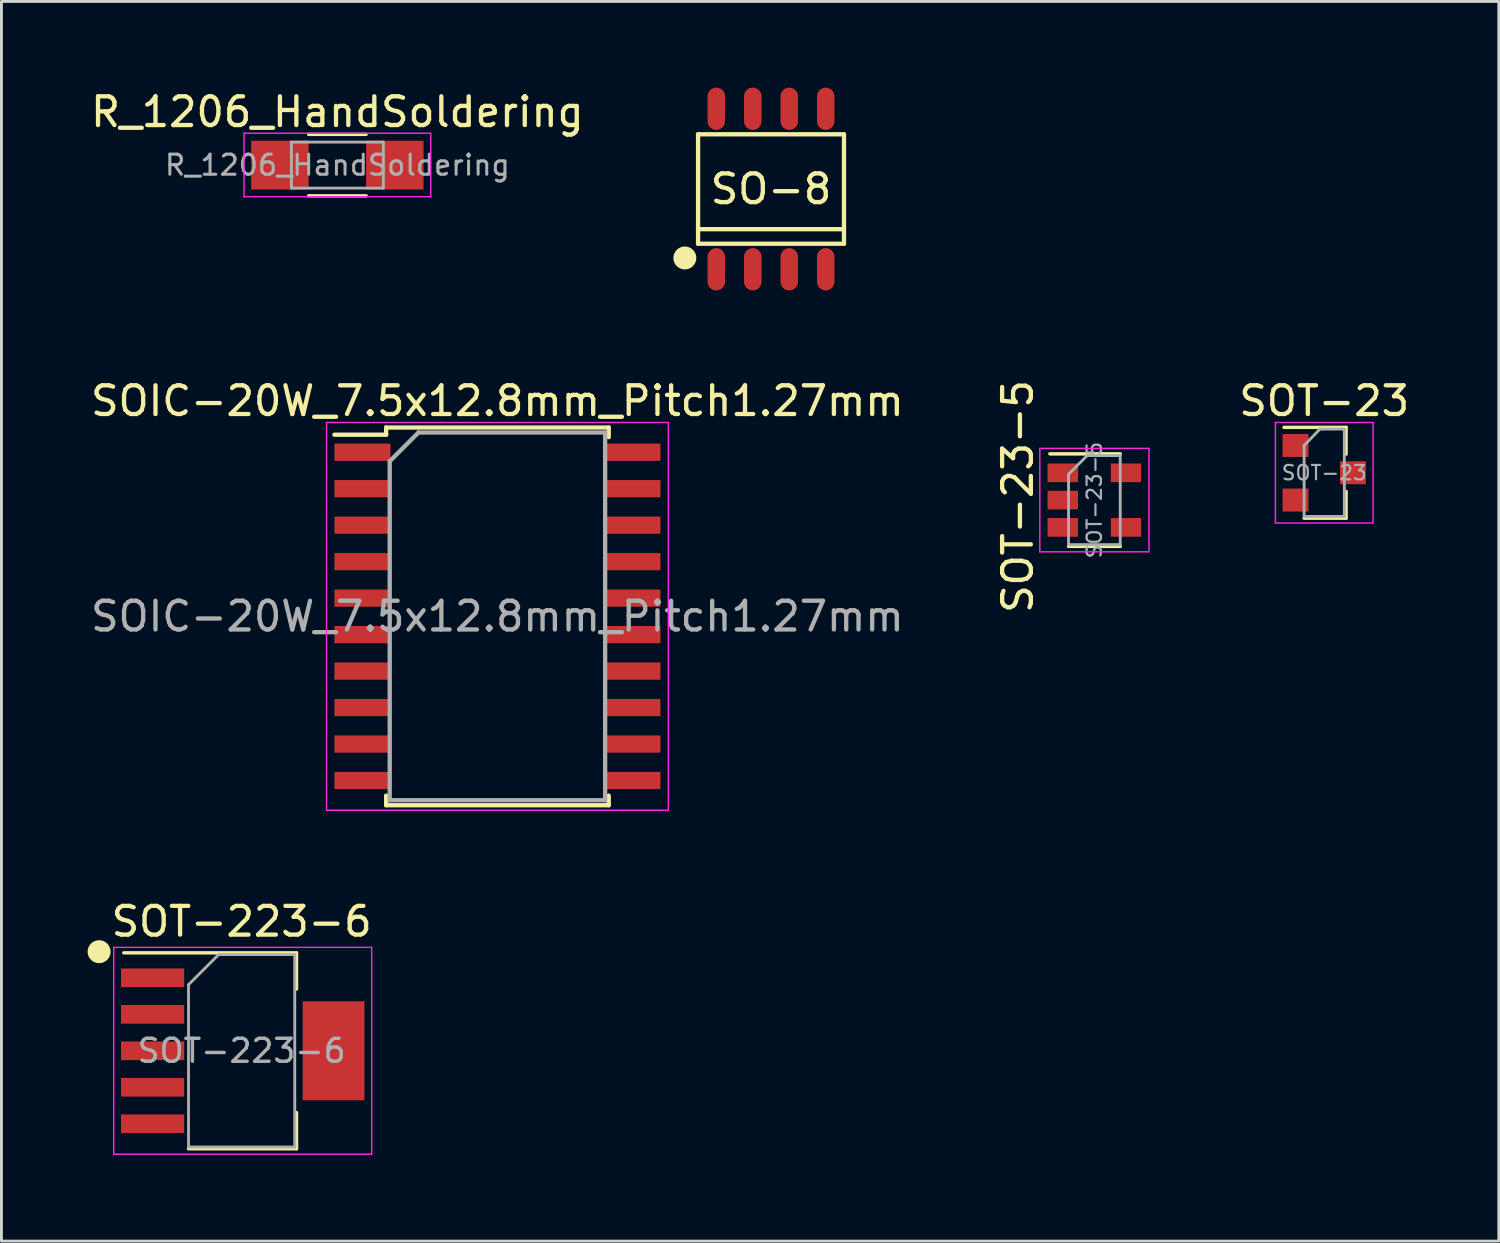
<source format=kicad_pcb>
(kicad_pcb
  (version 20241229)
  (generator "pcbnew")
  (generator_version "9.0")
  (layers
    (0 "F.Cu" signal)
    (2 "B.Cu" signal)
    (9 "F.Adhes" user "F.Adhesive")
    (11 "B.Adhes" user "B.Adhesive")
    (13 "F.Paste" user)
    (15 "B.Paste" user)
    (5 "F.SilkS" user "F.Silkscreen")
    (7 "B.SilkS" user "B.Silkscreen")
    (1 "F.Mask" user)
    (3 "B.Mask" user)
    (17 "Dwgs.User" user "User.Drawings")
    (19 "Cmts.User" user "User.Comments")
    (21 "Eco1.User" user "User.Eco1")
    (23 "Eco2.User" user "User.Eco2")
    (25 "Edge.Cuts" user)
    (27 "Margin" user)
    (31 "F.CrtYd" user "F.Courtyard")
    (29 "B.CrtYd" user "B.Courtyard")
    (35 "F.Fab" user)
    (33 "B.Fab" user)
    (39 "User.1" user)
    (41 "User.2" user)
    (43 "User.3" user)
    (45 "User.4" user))
  (footprint "R_1206_HandSoldering"
    (layer "F.Cu")
    (at 8.696 2.698)
    (property "Reference" "R_1206_HandSoldering" (at 0 -1.85 0) (layer "F.SilkS") (effects (font (size 1 1) (thickness 0.15))))
    (attr smd)
    (fp_line (start -1 -1.07) (end 1 -1.07) (stroke (width 0.12) (type solid)) (layer "F.SilkS"))
    (fp_line (start 1 1.07) (end -1 1.07) (stroke (width 0.12) (type solid)) (layer "F.SilkS"))
    (fp_line (start -3.25 -1.11) (end -3.25 1.1) (stroke (width 0.05) (type solid)) (layer "F.CrtYd"))
    (fp_line (start -3.25 -1.11) (end 3.25 -1.11) (stroke (width 0.05) (type solid)) (layer "F.CrtYd"))
    (fp_line (start 3.25 1.1) (end -3.25 1.1) (stroke (width 0.05) (type solid)) (layer "F.CrtYd"))
    (fp_line (start 3.25 1.1) (end 3.25 -1.11) (stroke (width 0.05) (type solid)) (layer "F.CrtYd"))
    (fp_line (start -1.6 -0.8) (end 1.6 -0.8) (stroke (width 0.1) (type solid)) (layer "F.Fab"))
    (fp_line (start -1.6 0.8) (end -1.6 -0.8) (stroke (width 0.1) (type solid)) (layer "F.Fab"))
    (fp_line (start 1.6 -0.8) (end 1.6 0.8) (stroke (width 0.1) (type solid)) (layer "F.Fab"))
    (fp_line (start 1.6 0.8) (end -1.6 0.8) (stroke (width 0.1) (type solid)) (layer "F.Fab"))
    (fp_text user "${REFERENCE}" (at 0 0 0) (layer "F.Fab") (effects (font (size 0.7 0.7) (thickness 0.105))))
    (pad "1" smd rect (at -2 0) (size 2 1.7) (layers "F.Cu" "F.Mask" "F.Paste"))
    (pad "2" smd rect (at 2 0) (size 2 1.7) (layers "F.Cu" "F.Mask" "F.Paste")))
  (footprint "SO-8"
    (layer "F.Cu")
    (at 23.793 3.531)
    (property "Reference" "SO-8" (at 0 0 0) (layer "F.SilkS") (effects (font (size 1 1) (thickness 0.15))))
    (attr through_hole)
    (fp_line (start -2.54 -1.905) (end 2.54 -1.905) (stroke (width 0.15) (type solid)) (layer "F.SilkS"))
    (fp_line (start -2.54 1.397) (end 2.54 1.397) (stroke (width 0.15) (type solid)) (layer "F.SilkS"))
    (fp_line (start -2.54 1.905) (end -2.54 -1.905) (stroke (width 0.15) (type solid)) (layer "F.SilkS"))
    (fp_line (start -2.54 1.905) (end 2.54 1.905) (stroke (width 0.15) (type solid)) (layer "F.SilkS"))
    (fp_line (start 2.54 1.905) (end 2.54 -1.905) (stroke (width 0.15) (type solid)) (layer "F.SilkS"))
    (fp_circle (center -3 2.4) (end -2.8 2.4) (stroke (width 0.4) (type solid)) (fill no) (layer "F.SilkS"))
    (pad "1" smd oval (at -1.905 2.794) (size 0.61 1.473) (layers "F.Cu" "F.Mask" "F.Paste"))
    (pad "2" smd oval (at -0.635 2.794) (size 0.61 1.473) (layers "F.Cu" "F.Mask" "F.Paste"))
    (pad "3" smd oval (at 0.635 2.794) (size 0.61 1.473) (layers "F.Cu" "F.Mask" "F.Paste"))
    (pad "4" smd oval (at 1.905 2.794) (size 0.61 1.473) (layers "F.Cu" "F.Mask" "F.Paste"))
    (pad "5" smd oval (at 1.905 -2.794) (size 0.61 1.473) (layers "F.Cu" "F.Mask" "F.Paste"))
    (pad "6" smd oval (at 0.635 -2.794) (size 0.61 1.473) (layers "F.Cu" "F.Mask" "F.Paste"))
    (pad "7" smd oval (at -0.635 -2.794) (size 0.61 1.473) (layers "F.Cu" "F.Mask" "F.Paste"))
    (pad "8" smd oval (at -1.905 -2.794) (size 0.61 1.473) (layers "F.Cu" "F.Mask" "F.Paste")))
  (footprint "SOT-223-6"
    (layer "F.Cu")
    (at 5.4 33.533)
    (property "Reference" "SOT-223-6" (at -0.037 -4.5 0) (layer "F.SilkS") (effects (font (size 1 1) (thickness 0.15))))
    (attr smd)
    (fp_line (start -4.138 -3.41) (end 1.873 -3.41) (stroke (width 0.12) (type solid)) (layer "F.SilkS"))
    (fp_line (start -1.887 3.41) (end 1.873 3.41) (stroke (width 0.12) (type solid)) (layer "F.SilkS"))
    (fp_line (start 1.873 -3.41) (end 1.873 -2.15) (stroke (width 0.12) (type solid)) (layer "F.SilkS"))
    (fp_line (start 1.873 3.41) (end 1.873 2.15) (stroke (width 0.12) (type solid)) (layer "F.SilkS"))
    (fp_circle (center -5 -3.45) (end -5 -3.25) (stroke (width 0.4) (type solid)) (fill no) (layer "F.SilkS"))
    (fp_line (start -4.49 -3.6) (end -4.49 3.6) (stroke (width 0.05) (type solid)) (layer "F.CrtYd"))
    (fp_line (start -4.49 -3.6) (end 4.49 -3.6) (stroke (width 0.05) (type solid)) (layer "F.CrtYd"))
    (fp_line (start 4.49 3.6) (end -4.49 3.6) (stroke (width 0.05) (type solid)) (layer "F.CrtYd"))
    (fp_line (start 4.49 3.6) (end 4.49 -3.6) (stroke (width 0.05) (type solid)) (layer "F.CrtYd"))
    (fp_line (start -1.887 -2.3) (end -1.887 3.35) (stroke (width 0.1) (type solid)) (layer "F.Fab"))
    (fp_line (start -1.887 -2.3) (end -0.838 -3.35) (stroke (width 0.1) (type solid)) (layer "F.Fab"))
    (fp_line (start -1.887 3.35) (end 1.812 3.35) (stroke (width 0.1) (type solid)) (layer "F.Fab"))
    (fp_line (start -0.838 -3.35) (end 1.812 -3.35) (stroke (width 0.1) (type solid)) (layer "F.Fab"))
    (fp_line (start 1.812 -3.35) (end 1.812 3.35) (stroke (width 0.1) (type solid)) (layer "F.Fab"))
    (fp_text user "${REFERENCE}" (at -0.037 0 0) (layer "F.Fab") (effects (font (size 0.8 0.8) (thickness 0.12))))
    (pad "1" smd rect (at -3.138 -2.54) (size 2.2 0.65) (layers "F.Cu" "F.Mask" "F.Paste"))
    (pad "2" smd rect (at -3.138 -1.27) (size 2.2 0.65) (layers "F.Cu" "F.Mask" "F.Paste"))
    (pad "3" smd rect (at -3.138 0) (size 2.2 0.65) (layers "F.Cu" "F.Mask" "F.Paste"))
    (pad "4" smd rect (at -3.138 1.27) (size 2.2 0.65) (layers "F.Cu" "F.Mask" "F.Paste"))
    (pad "5" smd rect (at -3.138 2.54) (size 2.2 0.65) (layers "F.Cu" "F.Mask" "F.Paste"))
    (pad "6" smd rect (at 3.163 0) (size 2.15 3.45) (layers "F.Cu" "F.Mask" "F.Paste")))
  (footprint "SOT-23-5"
    (layer "F.Cu")
    (at 35.051 14.361)
    (property "Reference" "SOT-23-5" (at -2.667 -0.127 90) (layer "F.SilkS") (effects (font (size 1 1) (thickness 0.15))))
    (attr smd)
    (fp_line (start -0.9 1.61) (end 0.9 1.61) (stroke (width 0.12) (type solid)) (layer "F.SilkS"))
    (fp_line (start 0.9 -1.61) (end -1.55 -1.61) (stroke (width 0.12) (type solid)) (layer "F.SilkS"))
    (fp_line (start -1.9 -1.8) (end 1.9 -1.8) (stroke (width 0.05) (type solid)) (layer "F.CrtYd"))
    (fp_line (start -1.9 1.8) (end -1.9 -1.8) (stroke (width 0.05) (type solid)) (layer "F.CrtYd"))
    (fp_line (start 1.9 -1.8) (end 1.9 1.8) (stroke (width 0.05) (type solid)) (layer "F.CrtYd"))
    (fp_line (start 1.9 1.8) (end -1.9 1.8) (stroke (width 0.05) (type solid)) (layer "F.CrtYd"))
    (fp_line (start -0.9 -0.9) (end -0.9 1.55) (stroke (width 0.1) (type solid)) (layer "F.Fab"))
    (fp_line (start -0.9 -0.9) (end -0.25 -1.55) (stroke (width 0.1) (type solid)) (layer "F.Fab"))
    (fp_line (start 0.9 -1.55) (end -0.25 -1.55) (stroke (width 0.1) (type solid)) (layer "F.Fab"))
    (fp_line (start 0.9 -1.55) (end 0.9 1.55) (stroke (width 0.1) (type solid)) (layer "F.Fab"))
    (fp_line (start 0.9 1.55) (end -0.9 1.55) (stroke (width 0.1) (type solid)) (layer "F.Fab"))
    (fp_text user "${REFERENCE}" (at 0 0 90) (layer "F.Fab") (effects (font (size 0.5 0.5) (thickness 0.075))))
    (pad "1" smd rect (at -1.1 -0.95) (size 1.06 0.65) (layers "F.Cu" "F.Mask" "F.Paste"))
    (pad "2" smd rect (at -1.1 0) (size 1.06 0.65) (layers "F.Cu" "F.Mask" "F.Paste"))
    (pad "3" smd rect (at -1.1 0.95) (size 1.06 0.65) (layers "F.Cu" "F.Mask" "F.Paste"))
    (pad "4" smd rect (at 1.1 0.95) (size 1.06 0.65) (layers "F.Cu" "F.Mask" "F.Paste"))
    (pad "5" smd rect (at 1.1 -0.95) (size 1.06 0.65) (layers "F.Cu" "F.Mask" "F.Paste")))
  (footprint "SOT-23"
    (layer "F.Cu")
    (at 43.053 13.409)
    (property "Reference" "SOT-23" (at 0 -2.5 0) (layer "F.SilkS") (effects (font (size 1 1) (thickness 0.15))))
    (attr smd)
    (fp_line (start 0.76 -1.58) (end -1.4 -1.58) (stroke (width 0.12) (type solid)) (layer "F.SilkS"))
    (fp_line (start 0.76 -1.58) (end 0.76 -0.65) (stroke (width 0.12) (type solid)) (layer "F.SilkS"))
    (fp_line (start 0.76 1.58) (end -0.7 1.58) (stroke (width 0.12) (type solid)) (layer "F.SilkS"))
    (fp_line (start 0.76 1.58) (end 0.76 0.65) (stroke (width 0.12) (type solid)) (layer "F.SilkS"))
    (fp_line (start -1.7 -1.75) (end 1.7 -1.75) (stroke (width 0.05) (type solid)) (layer "F.CrtYd"))
    (fp_line (start -1.7 1.75) (end -1.7 -1.75) (stroke (width 0.05) (type solid)) (layer "F.CrtYd"))
    (fp_line (start 1.7 -1.75) (end 1.7 1.75) (stroke (width 0.05) (type solid)) (layer "F.CrtYd"))
    (fp_line (start 1.7 1.75) (end -1.7 1.75) (stroke (width 0.05) (type solid)) (layer "F.CrtYd"))
    (fp_line (start -0.7 -0.95) (end -0.7 1.5) (stroke (width 0.1) (type solid)) (layer "F.Fab"))
    (fp_line (start -0.7 -0.95) (end -0.15 -1.52) (stroke (width 0.1) (type solid)) (layer "F.Fab"))
    (fp_line (start -0.7 1.52) (end 0.7 1.52) (stroke (width 0.1) (type solid)) (layer "F.Fab"))
    (fp_line (start -0.15 -1.52) (end 0.7 -1.52) (stroke (width 0.1) (type solid)) (layer "F.Fab"))
    (fp_line (start 0.7 -1.52) (end 0.7 1.52) (stroke (width 0.1) (type solid)) (layer "F.Fab"))
    (fp_text user "${REFERENCE}" (at 0 0 0) (layer "F.Fab") (effects (font (size 0.5 0.5) (thickness 0.075))))
    (pad "1" smd rect (at -1 -0.95) (size 0.9 0.8) (layers "F.Cu" "F.Mask" "F.Paste"))
    (pad "2" smd rect (at -1 0.95) (size 0.9 0.8) (layers "F.Cu" "F.Mask" "F.Paste"))
    (pad "3" smd rect (at 1 0) (size 0.9 0.8) (layers "F.Cu" "F.Mask" "F.Paste")))
  (footprint "SOIC-20W_7.5x12.8mm_Pitch1.27mm"
    (layer "F.Cu")
    (at 14.268 18.409)
    (property "Reference" "SOIC-20W_7.5x12.8mm_Pitch1.27mm" (at 0 -7.5 0) (layer "F.SilkS") (effects (font (size 1 1) (thickness 0.15))))
    (attr smd)
    (fp_line (start -3.875 -6.575) (end -3.875 -6.325) (stroke (width 0.15) (type solid)) (layer "F.SilkS"))
    (fp_line (start -3.875 -6.575) (end 3.875 -6.575) (stroke (width 0.15) (type solid)) (layer "F.SilkS"))
    (fp_line (start -3.875 -6.325) (end -5.675 -6.325) (stroke (width 0.15) (type solid)) (layer "F.SilkS"))
    (fp_line (start -3.875 6.575) (end -3.875 6.24) (stroke (width 0.15) (type solid)) (layer "F.SilkS"))
    (fp_line (start -3.875 6.575) (end 3.875 6.575) (stroke (width 0.15) (type solid)) (layer "F.SilkS"))
    (fp_line (start 3.875 -6.575) (end 3.875 -6.24) (stroke (width 0.15) (type solid)) (layer "F.SilkS"))
    (fp_line (start 3.875 6.575) (end 3.875 6.24) (stroke (width 0.15) (type solid)) (layer "F.SilkS"))
    (fp_line (start -5.95 -6.75) (end -5.95 6.75) (stroke (width 0.05) (type solid)) (layer "F.CrtYd"))
    (fp_line (start -5.95 -6.75) (end 5.95 -6.75) (stroke (width 0.05) (type solid)) (layer "F.CrtYd"))
    (fp_line (start -5.95 6.75) (end 5.95 6.75) (stroke (width 0.05) (type solid)) (layer "F.CrtYd"))
    (fp_line (start 5.95 -6.75) (end 5.95 6.75) (stroke (width 0.05) (type solid)) (layer "F.CrtYd"))
    (fp_line (start -3.75 -5.4) (end -2.75 -6.4) (stroke (width 0.15) (type solid)) (layer "F.Fab"))
    (fp_line (start -3.75 6.4) (end -3.75 -5.4) (stroke (width 0.15) (type solid)) (layer "F.Fab"))
    (fp_line (start -2.75 -6.4) (end 3.75 -6.4) (stroke (width 0.15) (type solid)) (layer "F.Fab"))
    (fp_line (start 3.75 -6.4) (end 3.75 6.4) (stroke (width 0.15) (type solid)) (layer "F.Fab"))
    (fp_line (start 3.75 6.4) (end -3.75 6.4) (stroke (width 0.15) (type solid)) (layer "F.Fab"))
    (fp_text user "${REFERENCE}" (at 0 0 0) (layer "F.Fab") (effects (font (size 1 1) (thickness 0.15))))
    (pad "1" smd rect (at -4.7 -5.715) (size 1.95 0.6) (layers "F.Cu" "F.Mask" "F.Paste"))
    (pad "2" smd rect (at -4.7 -4.445) (size 1.95 0.6) (layers "F.Cu" "F.Mask" "F.Paste"))
    (pad "3" smd rect (at -4.7 -3.175) (size 1.95 0.6) (layers "F.Cu" "F.Mask" "F.Paste"))
    (pad "4" smd rect (at -4.7 -1.905) (size 1.95 0.6) (layers "F.Cu" "F.Mask" "F.Paste"))
    (pad "5" smd rect (at -4.7 -0.635) (size 1.95 0.6) (layers "F.Cu" "F.Mask" "F.Paste"))
    (pad "6" smd rect (at -4.7 0.635) (size 1.95 0.6) (layers "F.Cu" "F.Mask" "F.Paste"))
    (pad "7" smd rect (at -4.7 1.905) (size 1.95 0.6) (layers "F.Cu" "F.Mask" "F.Paste"))
    (pad "8" smd rect (at -4.7 3.175) (size 1.95 0.6) (layers "F.Cu" "F.Mask" "F.Paste"))
    (pad "9" smd rect (at -4.7 4.445) (size 1.95 0.6) (layers "F.Cu" "F.Mask" "F.Paste"))
    (pad "10" smd rect (at -4.7 5.715) (size 1.95 0.6) (layers "F.Cu" "F.Mask" "F.Paste"))
    (pad "11" smd rect (at 4.7 5.715) (size 1.95 0.6) (layers "F.Cu" "F.Mask" "F.Paste"))
    (pad "12" smd rect (at 4.7 4.445) (size 1.95 0.6) (layers "F.Cu" "F.Mask" "F.Paste"))
    (pad "13" smd rect (at 4.7 3.175) (size 1.95 0.6) (layers "F.Cu" "F.Mask" "F.Paste"))
    (pad "14" smd rect (at 4.7 1.905) (size 1.95 0.6) (layers "F.Cu" "F.Mask" "F.Paste"))
    (pad "15" smd rect (at 4.7 0.635) (size 1.95 0.6) (layers "F.Cu" "F.Mask" "F.Paste"))
    (pad "16" smd rect (at 4.7 -0.635) (size 1.95 0.6) (layers "F.Cu" "F.Mask" "F.Paste"))
    (pad "17" smd rect (at 4.7 -1.905) (size 1.95 0.6) (layers "F.Cu" "F.Mask" "F.Paste"))
    (pad "18" smd rect (at 4.7 -3.175) (size 1.95 0.6) (layers "F.Cu" "F.Mask" "F.Paste"))
    (pad "19" smd rect (at 4.7 -4.445) (size 1.95 0.6) (layers "F.Cu" "F.Mask" "F.Paste"))
    (pad "20" smd rect (at 4.7 -5.715) (size 1.95 0.6) (layers "F.Cu" "F.Mask" "F.Paste")))
  (gr_rect
    (start -3 -3)
    (end 49.131 40.158)
    (stroke (width 0.1) (type default))
    (fill no)
    (layer "Edge.Cuts")))
</source>
